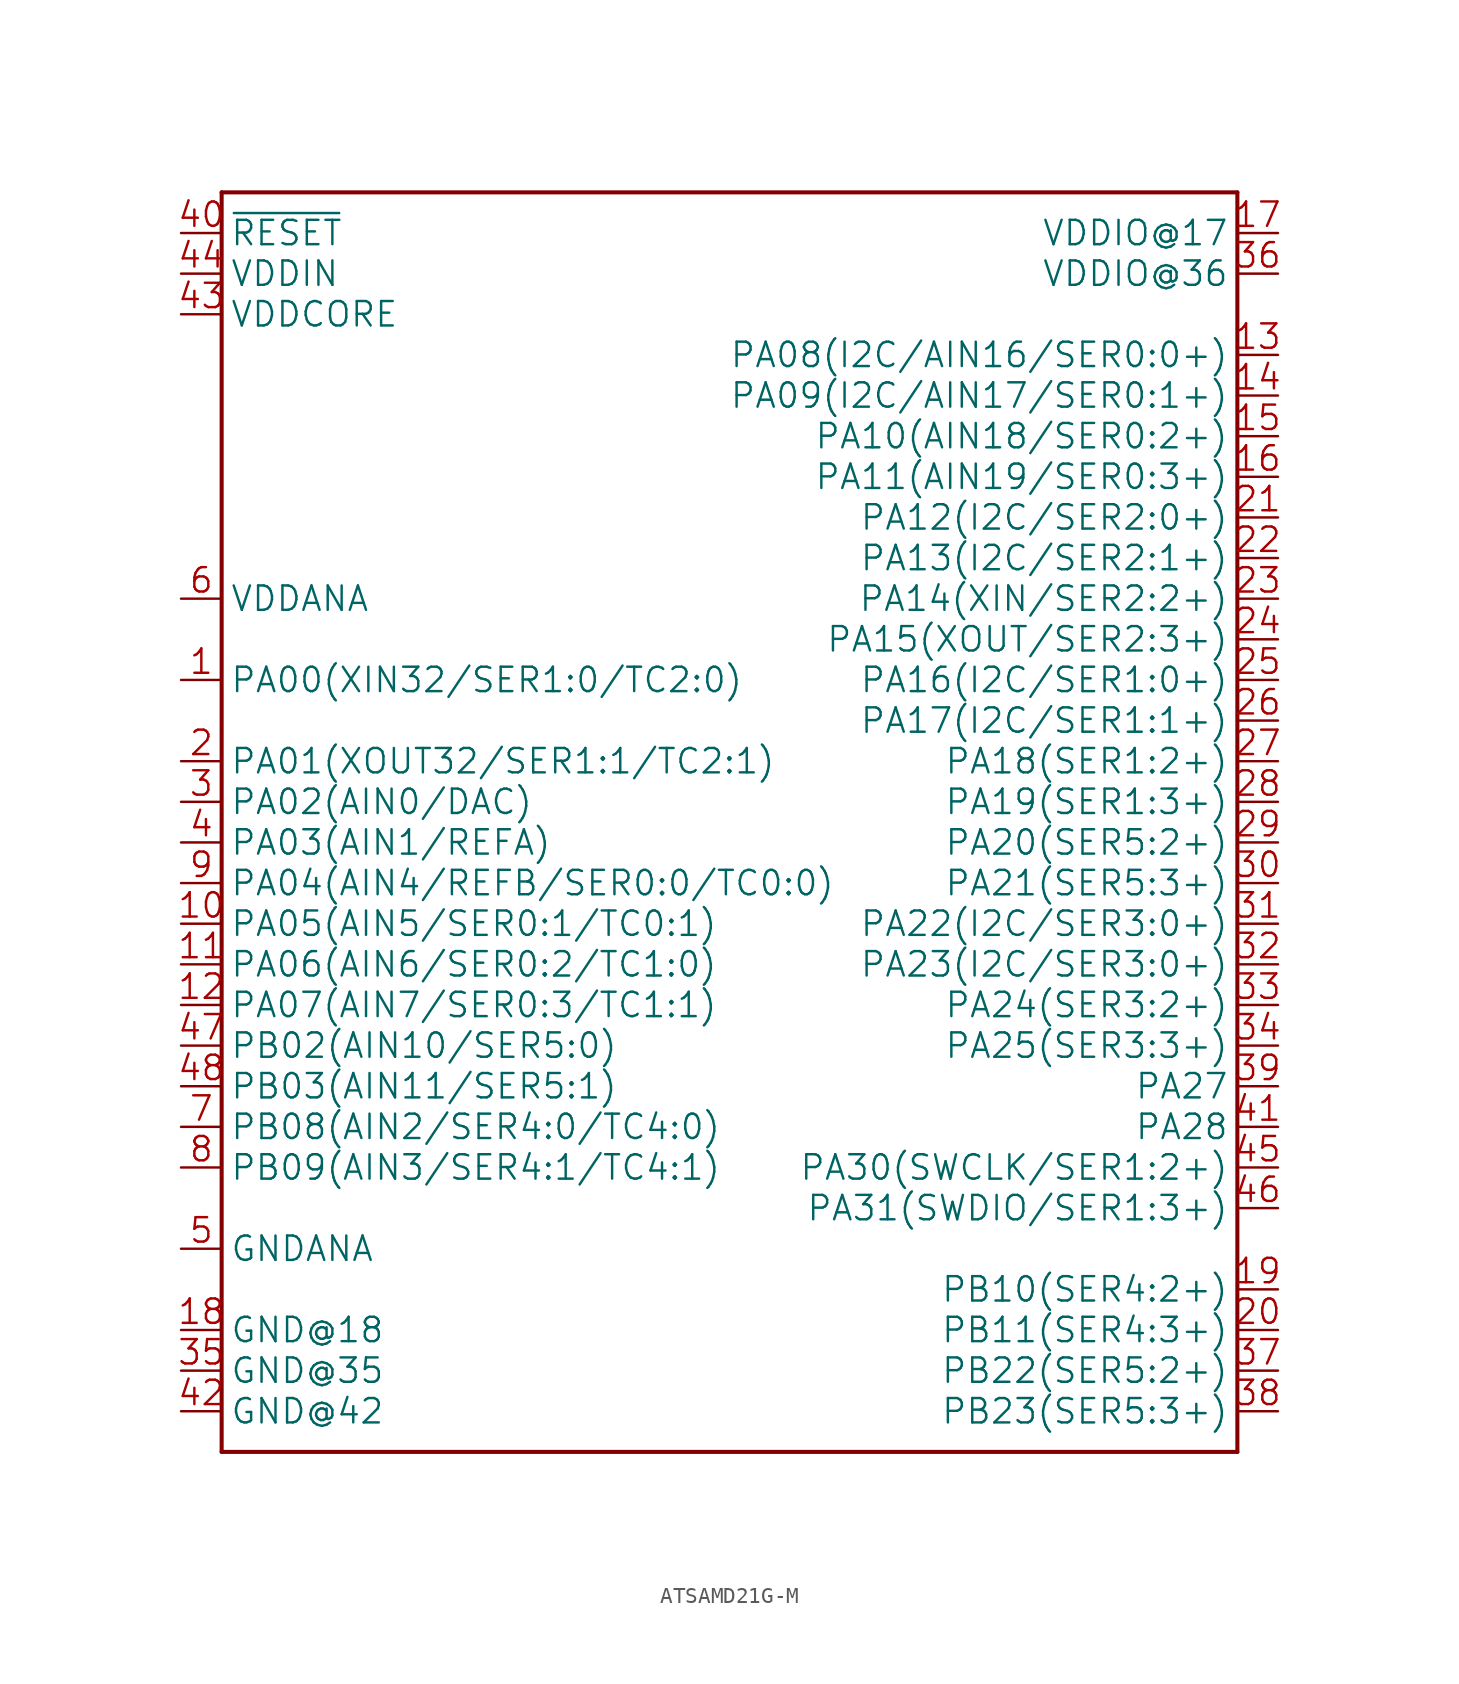
<source format=kicad_sym>
(kicad_symbol_lib
  (version 20241209)
  (generator "kicad_symbol_editor")
  (generator_version "9.0")
  (symbol "ATSAMD21G-M"
    (property "Reference" "U"
      (at -30.48 45.974 0)
      (effects (font (size 1.778 1.511)) (justify left bottom) (hide yes)))
    (property "ki_locked" ""
      (at 0 0 0)
      (effects (font (size 1.27 1.27))))
    (symbol "ATSAMD21G-M_1_0"
      (polyline (pts (xy -30.48 45.72) (xy -30.48 -33.02)) (stroke (width 0.254) (type solid)) (fill (type none)))
      (polyline (pts (xy -30.48 -33.02) (xy 33.02 -33.02)) (stroke (width 0.254) (type solid)) (fill (type none)))
      (polyline (pts (xy 33.02 45.72) (xy -30.48 45.72)) (stroke (width 0.254) (type solid)) (fill (type none)))
      (polyline (pts (xy 33.02 -33.02) (xy 33.02 45.72)) (stroke (width 0.254) (type solid)) (fill (type none)))
      (pin bidirectional line (at -33.02 43.18 0) (length 2.54) (name "~{RESET}" (effects (font (size 1.524 1.524)))) (number "40" (effects (font (size 1.524 1.524)))))
      (pin bidirectional line (at -33.02 40.64 0) (length 2.54) (name "VDDIN" (effects (font (size 1.524 1.524)))) (number "44" (effects (font (size 1.524 1.524)))))
      (pin bidirectional line (at -33.02 38.1 0) (length 2.54) (name "VDDCORE" (effects (font (size 1.524 1.524)))) (number "43" (effects (font (size 1.524 1.524)))))
      (pin bidirectional line (at -33.02 20.32 0) (length 2.54) (name "VDDANA" (effects (font (size 1.524 1.524)))) (number "6" (effects (font (size 1.524 1.524)))))
      (pin bidirectional line (at -33.02 15.24 0) (length 2.54) (name "PA00(XIN32/SER1:0/TC2:0)" (effects (font (size 1.524 1.524)))) (number "1" (effects (font (size 1.524 1.524)))))
      (pin bidirectional line (at -33.02 10.16 0) (length 2.54) (name "PA01(XOUT32/SER1:1/TC2:1)" (effects (font (size 1.524 1.524)))) (number "2" (effects (font (size 1.524 1.524)))))
      (pin bidirectional line (at -33.02 7.62 0) (length 2.54) (name "PA02(AIN0/DAC)" (effects (font (size 1.524 1.524)))) (number "3" (effects (font (size 1.524 1.524)))))
      (pin bidirectional line (at -33.02 5.08 0) (length 2.54) (name "PA03(AIN1/REFA)" (effects (font (size 1.524 1.524)))) (number "4" (effects (font (size 1.524 1.524)))))
      (pin bidirectional line (at -33.02 2.54 0) (length 2.54) (name "PA04(AIN4/REFB/SER0:0/TC0:0)" (effects (font (size 1.524 1.524)))) (number "9" (effects (font (size 1.524 1.524)))))
      (pin bidirectional line (at -33.02 0 0) (length 2.54) (name "PA05(AIN5/SER0:1/TC0:1)" (effects (font (size 1.524 1.524)))) (number "10" (effects (font (size 1.524 1.524)))))
      (pin bidirectional line (at -33.02 -2.54 0) (length 2.54) (name "PA06(AIN6/SER0:2/TC1:0)" (effects (font (size 1.524 1.524)))) (number "11" (effects (font (size 1.524 1.524)))))
      (pin bidirectional line (at -33.02 -5.08 0) (length 2.54) (name "PA07(AIN7/SER0:3/TC1:1)" (effects (font (size 1.524 1.524)))) (number "12" (effects (font (size 1.524 1.524)))))
      (pin bidirectional line (at -33.02 -7.62 0) (length 2.54) (name "PB02(AIN10/SER5:0)" (effects (font (size 1.524 1.524)))) (number "47" (effects (font (size 1.524 1.524)))))
      (pin bidirectional line (at -33.02 -10.16 0) (length 2.54) (name "PB03(AIN11/SER5:1)" (effects (font (size 1.524 1.524)))) (number "48" (effects (font (size 1.524 1.524)))))
      (pin bidirectional line (at -33.02 -12.7 0) (length 2.54) (name "PB08(AIN2/SER4:0/TC4:0)" (effects (font (size 1.524 1.524)))) (number "7" (effects (font (size 1.524 1.524)))))
      (pin bidirectional line (at -33.02 -15.24 0) (length 2.54) (name "PB09(AIN3/SER4:1/TC4:1)" (effects (font (size 1.524 1.524)))) (number "8" (effects (font (size 1.524 1.524)))))
      (pin bidirectional line (at -33.02 -20.32 0) (length 2.54) (name "GNDANA" (effects (font (size 1.524 1.524)))) (number "5" (effects (font (size 1.524 1.524)))))
      (pin bidirectional line (at -33.02 -25.4 0) (length 2.54) (name "GND@18" (effects (font (size 1.524 1.524)))) (number "18" (effects (font (size 1.524 1.524)))))
      (pin bidirectional line (at -33.02 -27.94 0) (length 2.54) (name "GND@35" (effects (font (size 1.524 1.524)))) (number "35" (effects (font (size 1.524 1.524)))))
      (pin bidirectional line (at -33.02 -30.48 0) (length 2.54) (name "GND@42" (effects (font (size 1.524 1.524)))) (number "42" (effects (font (size 1.524 1.524)))))
      (pin bidirectional line (at 35.56 43.18 180) (length 2.54) (name "VDDIO@17" (effects (font (size 1.524 1.524)))) (number "17" (effects (font (size 1.524 1.524)))))
      (pin bidirectional line (at 35.56 40.64 180) (length 2.54) (name "VDDIO@36" (effects (font (size 1.524 1.524)))) (number "36" (effects (font (size 1.524 1.524)))))
      (pin bidirectional line (at 35.56 35.56 180) (length 2.54) (name "PA08(I2C/AIN16/SER0:0+)" (effects (font (size 1.524 1.524)))) (number "13" (effects (font (size 1.524 1.524)))))
      (pin bidirectional line (at 35.56 33.02 180) (length 2.54) (name "PA09(I2C/AIN17/SER0:1+)" (effects (font (size 1.524 1.524)))) (number "14" (effects (font (size 1.524 1.524)))))
      (pin bidirectional line (at 35.56 30.48 180) (length 2.54) (name "PA10(AIN18/SER0:2+)" (effects (font (size 1.524 1.524)))) (number "15" (effects (font (size 1.524 1.524)))))
      (pin bidirectional line (at 35.56 27.94 180) (length 2.54) (name "PA11(AIN19/SER0:3+)" (effects (font (size 1.524 1.524)))) (number "16" (effects (font (size 1.524 1.524)))))
      (pin bidirectional line (at 35.56 25.4 180) (length 2.54) (name "PA12(I2C/SER2:0+)" (effects (font (size 1.524 1.524)))) (number "21" (effects (font (size 1.524 1.524)))))
      (pin bidirectional line (at 35.56 22.86 180) (length 2.54) (name "PA13(I2C/SER2:1+)" (effects (font (size 1.524 1.524)))) (number "22" (effects (font (size 1.524 1.524)))))
      (pin bidirectional line (at 35.56 20.32 180) (length 2.54) (name "PA14(XIN/SER2:2+)" (effects (font (size 1.524 1.524)))) (number "23" (effects (font (size 1.524 1.524)))))
      (pin bidirectional line (at 35.56 17.78 180) (length 2.54) (name "PA15(XOUT/SER2:3+)" (effects (font (size 1.524 1.524)))) (number "24" (effects (font (size 1.524 1.524)))))
      (pin bidirectional line (at 35.56 15.24 180) (length 2.54) (name "PA16(I2C/SER1:0+)" (effects (font (size 1.524 1.524)))) (number "25" (effects (font (size 1.524 1.524)))))
      (pin bidirectional line (at 35.56 12.7 180) (length 2.54) (name "PA17(I2C/SER1:1+)" (effects (font (size 1.524 1.524)))) (number "26" (effects (font (size 1.524 1.524)))))
      (pin bidirectional line (at 35.56 10.16 180) (length 2.54) (name "PA18(SER1:2+)" (effects (font (size 1.524 1.524)))) (number "27" (effects (font (size 1.524 1.524)))))
      (pin bidirectional line (at 35.56 7.62 180) (length 2.54) (name "PA19(SER1:3+)" (effects (font (size 1.524 1.524)))) (number "28" (effects (font (size 1.524 1.524)))))
      (pin bidirectional line (at 35.56 5.08 180) (length 2.54) (name "PA20(SER5:2+)" (effects (font (size 1.524 1.524)))) (number "29" (effects (font (size 1.524 1.524)))))
      (pin bidirectional line (at 35.56 2.54 180) (length 2.54) (name "PA21(SER5:3+)" (effects (font (size 1.524 1.524)))) (number "30" (effects (font (size 1.524 1.524)))))
      (pin bidirectional line (at 35.56 0 180) (length 2.54) (name "PA22(I2C/SER3:0+)" (effects (font (size 1.524 1.524)))) (number "31" (effects (font (size 1.524 1.524)))))
      (pin bidirectional line (at 35.56 -2.54 180) (length 2.54) (name "PA23(I2C/SER3:0+)" (effects (font (size 1.524 1.524)))) (number "32" (effects (font (size 1.524 1.524)))))
      (pin bidirectional line (at 35.56 -5.08 180) (length 2.54) (name "PA24(SER3:2+)" (effects (font (size 1.524 1.524)))) (number "33" (effects (font (size 1.524 1.524)))))
      (pin bidirectional line (at 35.56 -7.62 180) (length 2.54) (name "PA25(SER3:3+)" (effects (font (size 1.524 1.524)))) (number "34" (effects (font (size 1.524 1.524)))))
      (pin bidirectional line (at 35.56 -10.16 180) (length 2.54) (name "PA27" (effects (font (size 1.524 1.524)))) (number "39" (effects (font (size 1.524 1.524)))))
      (pin bidirectional line (at 35.56 -12.7 180) (length 2.54) (name "PA28" (effects (font (size 1.524 1.524)))) (number "41" (effects (font (size 1.524 1.524)))))
      (pin bidirectional line (at 35.56 -15.24 180) (length 2.54) (name "PA30(SWCLK/SER1:2+)" (effects (font (size 1.524 1.524)))) (number "45" (effects (font (size 1.524 1.524)))))
      (pin bidirectional line (at 35.56 -17.78 180) (length 2.54) (name "PA31(SWDIO/SER1:3+)" (effects (font (size 1.524 1.524)))) (number "46" (effects (font (size 1.524 1.524)))))
      (pin bidirectional line (at 35.56 -22.86 180) (length 2.54) (name "PB10(SER4:2+)" (effects (font (size 1.524 1.524)))) (number "19" (effects (font (size 1.524 1.524)))))
      (pin bidirectional line (at 35.56 -25.4 180) (length 2.54) (name "PB11(SER4:3+)" (effects (font (size 1.524 1.524)))) (number "20" (effects (font (size 1.524 1.524)))))
      (pin bidirectional line (at 35.56 -27.94 180) (length 2.54) (name "PB22(SER5:2+)" (effects (font (size 1.524 1.524)))) (number "37" (effects (font (size 1.524 1.524)))))
      (pin bidirectional line (at 35.56 -30.48 180) (length 2.54) (name "PB23(SER5:3+)" (effects (font (size 1.524 1.524)))) (number "38" (effects (font (size 1.524 1.524))))))))
</source>
